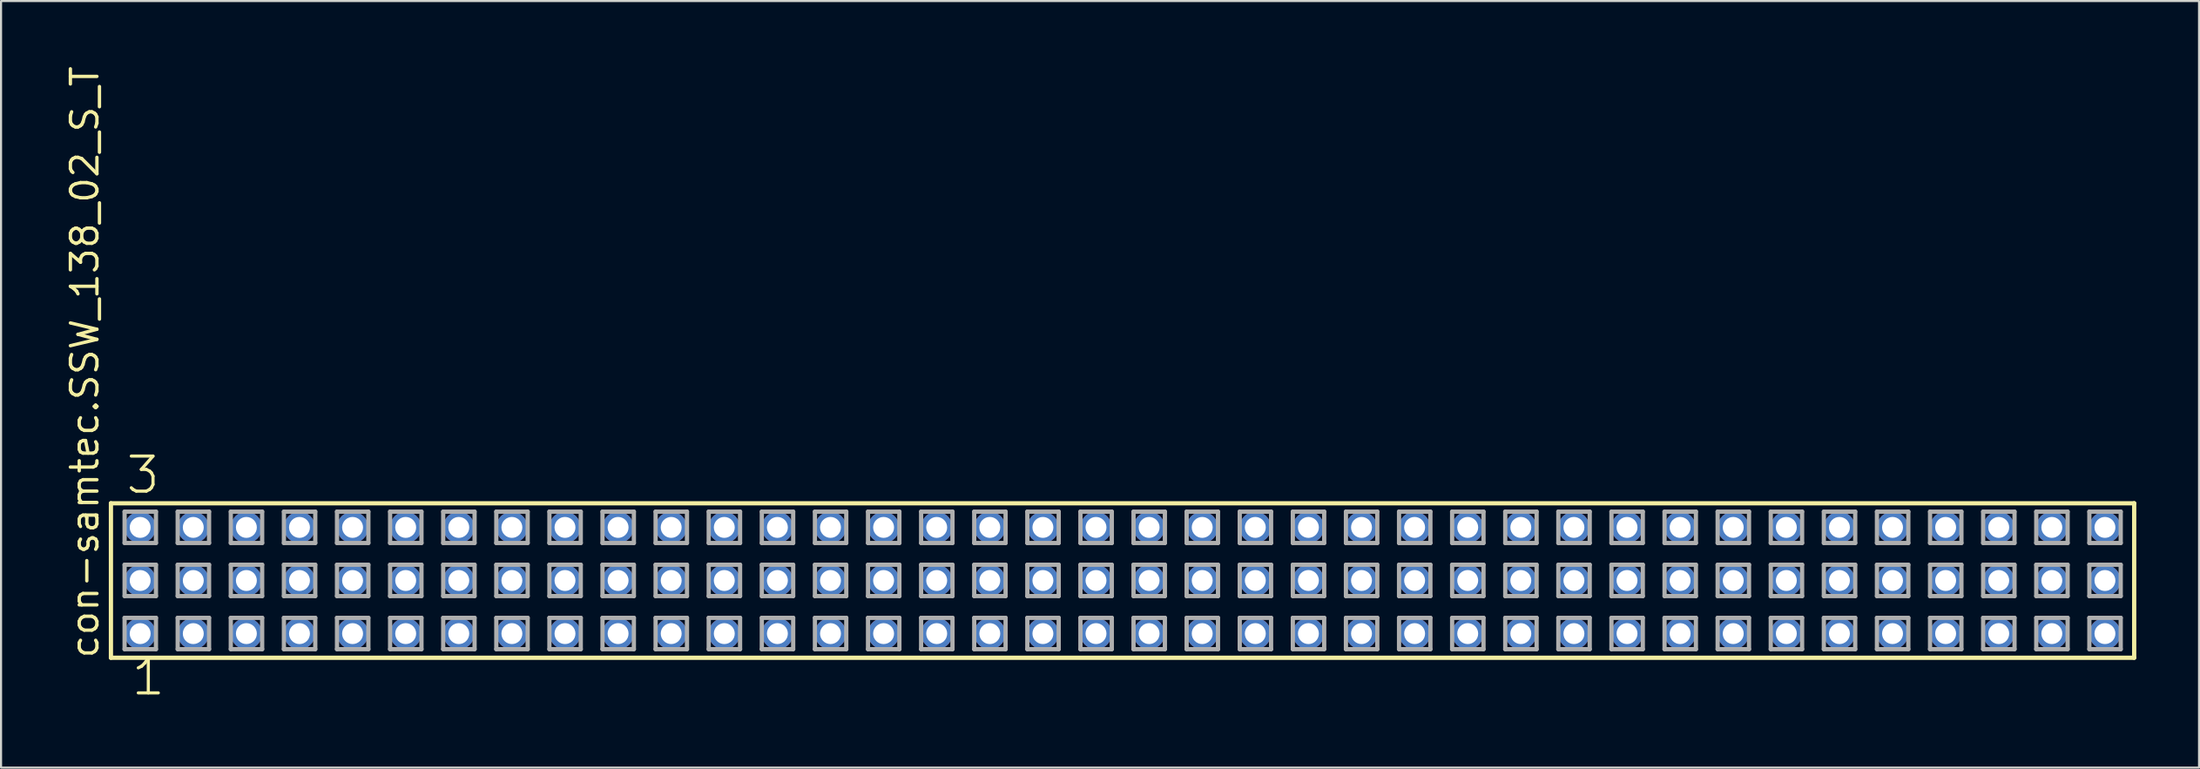
<source format=kicad_pcb>
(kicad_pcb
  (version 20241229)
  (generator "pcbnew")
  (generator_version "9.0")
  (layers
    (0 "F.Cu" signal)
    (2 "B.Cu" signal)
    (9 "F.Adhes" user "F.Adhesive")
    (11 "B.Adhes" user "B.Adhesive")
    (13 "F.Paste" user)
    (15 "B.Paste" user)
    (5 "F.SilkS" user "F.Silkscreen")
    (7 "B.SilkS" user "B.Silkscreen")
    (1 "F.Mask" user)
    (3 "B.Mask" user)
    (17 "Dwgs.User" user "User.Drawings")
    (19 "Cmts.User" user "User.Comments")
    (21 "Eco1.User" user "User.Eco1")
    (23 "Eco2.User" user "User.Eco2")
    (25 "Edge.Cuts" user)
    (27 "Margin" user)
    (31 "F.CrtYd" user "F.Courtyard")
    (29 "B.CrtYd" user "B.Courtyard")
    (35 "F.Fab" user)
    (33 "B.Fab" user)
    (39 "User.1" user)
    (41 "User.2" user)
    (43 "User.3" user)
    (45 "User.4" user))
  (footprint "con-samtec.SSW_138_02_S_T"
    (layer "F.Cu")
    (at 50.645 24.719)
    (property "Reference" "con-samtec.SSW_138_02_S_T" (at -48.895 3.81 90) (layer "F.SilkS") (effects (font (size 1.27 1.27) (thickness 0.16)) (justify left bottom)))
    (attr through_hole)
    (fp_line (start -48.389 -3.695) (end 48.389 -3.695) (stroke (width 0.203) (type default)) (layer "F.SilkS"))
    (fp_line (start -48.389 3.695) (end -48.389 -3.695) (stroke (width 0.203) (type default)) (layer "F.SilkS"))
    (fp_line (start 48.389 -3.695) (end 48.389 3.695) (stroke (width 0.203) (type default)) (layer "F.SilkS"))
    (fp_line (start 48.389 3.695) (end -48.389 3.695) (stroke (width 0.203) (type default)) (layer "F.SilkS"))
    (fp_line (start -47.735 -3.295) (end -46.235 -3.295) (stroke (width 0.203) (type default)) (layer "F.Fab"))
    (fp_line (start -47.735 -1.795) (end -47.735 -3.295) (stroke (width 0.203) (type default)) (layer "F.Fab"))
    (fp_line (start -47.735 -0.755) (end -46.235 -0.755) (stroke (width 0.203) (type default)) (layer "F.Fab"))
    (fp_line (start -47.735 0.745) (end -47.735 -0.755) (stroke (width 0.203) (type default)) (layer "F.Fab"))
    (fp_line (start -47.735 1.785) (end -46.235 1.785) (stroke (width 0.203) (type default)) (layer "F.Fab"))
    (fp_line (start -47.735 3.285) (end -47.735 1.785) (stroke (width 0.203) (type default)) (layer "F.Fab"))
    (fp_line (start -46.235 -3.295) (end -46.235 -1.795) (stroke (width 0.203) (type default)) (layer "F.Fab"))
    (fp_line (start -46.235 -1.795) (end -47.735 -1.795) (stroke (width 0.203) (type default)) (layer "F.Fab"))
    (fp_line (start -46.235 -0.755) (end -46.235 0.745) (stroke (width 0.203) (type default)) (layer "F.Fab"))
    (fp_line (start -46.235 0.745) (end -47.735 0.745) (stroke (width 0.203) (type default)) (layer "F.Fab"))
    (fp_line (start -46.235 1.785) (end -46.235 3.285) (stroke (width 0.203) (type default)) (layer "F.Fab"))
    (fp_line (start -46.235 3.285) (end -47.735 3.285) (stroke (width 0.203) (type default)) (layer "F.Fab"))
    (fp_line (start -45.195 -3.295) (end -43.695 -3.295) (stroke (width 0.203) (type default)) (layer "F.Fab"))
    (fp_line (start -45.195 -1.795) (end -45.195 -3.295) (stroke (width 0.203) (type default)) (layer "F.Fab"))
    (fp_line (start -45.195 -0.755) (end -43.695 -0.755) (stroke (width 0.203) (type default)) (layer "F.Fab"))
    (fp_line (start -45.195 0.745) (end -45.195 -0.755) (stroke (width 0.203) (type default)) (layer "F.Fab"))
    (fp_line (start -45.195 1.785) (end -43.695 1.785) (stroke (width 0.203) (type default)) (layer "F.Fab"))
    (fp_line (start -45.195 3.285) (end -45.195 1.785) (stroke (width 0.203) (type default)) (layer "F.Fab"))
    (fp_line (start -43.695 -3.295) (end -43.695 -1.795) (stroke (width 0.203) (type default)) (layer "F.Fab"))
    (fp_line (start -43.695 -1.795) (end -45.195 -1.795) (stroke (width 0.203) (type default)) (layer "F.Fab"))
    (fp_line (start -43.695 -0.755) (end -43.695 0.745) (stroke (width 0.203) (type default)) (layer "F.Fab"))
    (fp_line (start -43.695 0.745) (end -45.195 0.745) (stroke (width 0.203) (type default)) (layer "F.Fab"))
    (fp_line (start -43.695 1.785) (end -43.695 3.285) (stroke (width 0.203) (type default)) (layer "F.Fab"))
    (fp_line (start -43.695 3.285) (end -45.195 3.285) (stroke (width 0.203) (type default)) (layer "F.Fab"))
    (fp_line (start -42.655 -3.295) (end -41.155 -3.295) (stroke (width 0.203) (type default)) (layer "F.Fab"))
    (fp_line (start -42.655 -1.795) (end -42.655 -3.295) (stroke (width 0.203) (type default)) (layer "F.Fab"))
    (fp_line (start -42.655 -0.755) (end -41.155 -0.755) (stroke (width 0.203) (type default)) (layer "F.Fab"))
    (fp_line (start -42.655 0.745) (end -42.655 -0.755) (stroke (width 0.203) (type default)) (layer "F.Fab"))
    (fp_line (start -42.655 1.785) (end -41.155 1.785) (stroke (width 0.203) (type default)) (layer "F.Fab"))
    (fp_line (start -42.655 3.285) (end -42.655 1.785) (stroke (width 0.203) (type default)) (layer "F.Fab"))
    (fp_line (start -41.155 -3.295) (end -41.155 -1.795) (stroke (width 0.203) (type default)) (layer "F.Fab"))
    (fp_line (start -41.155 -1.795) (end -42.655 -1.795) (stroke (width 0.203) (type default)) (layer "F.Fab"))
    (fp_line (start -41.155 -0.755) (end -41.155 0.745) (stroke (width 0.203) (type default)) (layer "F.Fab"))
    (fp_line (start -41.155 0.745) (end -42.655 0.745) (stroke (width 0.203) (type default)) (layer "F.Fab"))
    (fp_line (start -41.155 1.785) (end -41.155 3.285) (stroke (width 0.203) (type default)) (layer "F.Fab"))
    (fp_line (start -41.155 3.285) (end -42.655 3.285) (stroke (width 0.203) (type default)) (layer "F.Fab"))
    (fp_line (start -40.115 -3.295) (end -38.615 -3.295) (stroke (width 0.203) (type default)) (layer "F.Fab"))
    (fp_line (start -40.115 -1.795) (end -40.115 -3.295) (stroke (width 0.203) (type default)) (layer "F.Fab"))
    (fp_line (start -40.115 -0.755) (end -38.615 -0.755) (stroke (width 0.203) (type default)) (layer "F.Fab"))
    (fp_line (start -40.115 0.745) (end -40.115 -0.755) (stroke (width 0.203) (type default)) (layer "F.Fab"))
    (fp_line (start -40.115 1.785) (end -38.615 1.785) (stroke (width 0.203) (type default)) (layer "F.Fab"))
    (fp_line (start -40.115 3.285) (end -40.115 1.785) (stroke (width 0.203) (type default)) (layer "F.Fab"))
    (fp_line (start -38.615 -3.295) (end -38.615 -1.795) (stroke (width 0.203) (type default)) (layer "F.Fab"))
    (fp_line (start -38.615 -1.795) (end -40.115 -1.795) (stroke (width 0.203) (type default)) (layer "F.Fab"))
    (fp_line (start -38.615 -0.755) (end -38.615 0.745) (stroke (width 0.203) (type default)) (layer "F.Fab"))
    (fp_line (start -38.615 0.745) (end -40.115 0.745) (stroke (width 0.203) (type default)) (layer "F.Fab"))
    (fp_line (start -38.615 1.785) (end -38.615 3.285) (stroke (width 0.203) (type default)) (layer "F.Fab"))
    (fp_line (start -38.615 3.285) (end -40.115 3.285) (stroke (width 0.203) (type default)) (layer "F.Fab"))
    (fp_line (start -37.575 -3.295) (end -36.075 -3.295) (stroke (width 0.203) (type default)) (layer "F.Fab"))
    (fp_line (start -37.575 -1.795) (end -37.575 -3.295) (stroke (width 0.203) (type default)) (layer "F.Fab"))
    (fp_line (start -37.575 -0.755) (end -36.075 -0.755) (stroke (width 0.203) (type default)) (layer "F.Fab"))
    (fp_line (start -37.575 0.745) (end -37.575 -0.755) (stroke (width 0.203) (type default)) (layer "F.Fab"))
    (fp_line (start -37.575 1.785) (end -36.075 1.785) (stroke (width 0.203) (type default)) (layer "F.Fab"))
    (fp_line (start -37.575 3.285) (end -37.575 1.785) (stroke (width 0.203) (type default)) (layer "F.Fab"))
    (fp_line (start -36.075 -3.295) (end -36.075 -1.795) (stroke (width 0.203) (type default)) (layer "F.Fab"))
    (fp_line (start -36.075 -1.795) (end -37.575 -1.795) (stroke (width 0.203) (type default)) (layer "F.Fab"))
    (fp_line (start -36.075 -0.755) (end -36.075 0.745) (stroke (width 0.203) (type default)) (layer "F.Fab"))
    (fp_line (start -36.075 0.745) (end -37.575 0.745) (stroke (width 0.203) (type default)) (layer "F.Fab"))
    (fp_line (start -36.075 1.785) (end -36.075 3.285) (stroke (width 0.203) (type default)) (layer "F.Fab"))
    (fp_line (start -36.075 3.285) (end -37.575 3.285) (stroke (width 0.203) (type default)) (layer "F.Fab"))
    (fp_line (start -35.035 -3.295) (end -33.535 -3.295) (stroke (width 0.203) (type default)) (layer "F.Fab"))
    (fp_line (start -35.035 -1.795) (end -35.035 -3.295) (stroke (width 0.203) (type default)) (layer "F.Fab"))
    (fp_line (start -35.035 -0.755) (end -33.535 -0.755) (stroke (width 0.203) (type default)) (layer "F.Fab"))
    (fp_line (start -35.035 0.745) (end -35.035 -0.755) (stroke (width 0.203) (type default)) (layer "F.Fab"))
    (fp_line (start -35.035 1.785) (end -33.535 1.785) (stroke (width 0.203) (type default)) (layer "F.Fab"))
    (fp_line (start -35.035 3.285) (end -35.035 1.785) (stroke (width 0.203) (type default)) (layer "F.Fab"))
    (fp_line (start -33.535 -3.295) (end -33.535 -1.795) (stroke (width 0.203) (type default)) (layer "F.Fab"))
    (fp_line (start -33.535 -1.795) (end -35.035 -1.795) (stroke (width 0.203) (type default)) (layer "F.Fab"))
    (fp_line (start -33.535 -0.755) (end -33.535 0.745) (stroke (width 0.203) (type default)) (layer "F.Fab"))
    (fp_line (start -33.535 0.745) (end -35.035 0.745) (stroke (width 0.203) (type default)) (layer "F.Fab"))
    (fp_line (start -33.535 1.785) (end -33.535 3.285) (stroke (width 0.203) (type default)) (layer "F.Fab"))
    (fp_line (start -33.535 3.285) (end -35.035 3.285) (stroke (width 0.203) (type default)) (layer "F.Fab"))
    (fp_line (start -32.495 -3.295) (end -30.995 -3.295) (stroke (width 0.203) (type default)) (layer "F.Fab"))
    (fp_line (start -32.495 -1.795) (end -32.495 -3.295) (stroke (width 0.203) (type default)) (layer "F.Fab"))
    (fp_line (start -32.495 -0.755) (end -30.995 -0.755) (stroke (width 0.203) (type default)) (layer "F.Fab"))
    (fp_line (start -32.495 0.745) (end -32.495 -0.755) (stroke (width 0.203) (type default)) (layer "F.Fab"))
    (fp_line (start -32.495 1.785) (end -30.995 1.785) (stroke (width 0.203) (type default)) (layer "F.Fab"))
    (fp_line (start -32.495 3.285) (end -32.495 1.785) (stroke (width 0.203) (type default)) (layer "F.Fab"))
    (fp_line (start -30.995 -3.295) (end -30.995 -1.795) (stroke (width 0.203) (type default)) (layer "F.Fab"))
    (fp_line (start -30.995 -1.795) (end -32.495 -1.795) (stroke (width 0.203) (type default)) (layer "F.Fab"))
    (fp_line (start -30.995 -0.755) (end -30.995 0.745) (stroke (width 0.203) (type default)) (layer "F.Fab"))
    (fp_line (start -30.995 0.745) (end -32.495 0.745) (stroke (width 0.203) (type default)) (layer "F.Fab"))
    (fp_line (start -30.995 1.785) (end -30.995 3.285) (stroke (width 0.203) (type default)) (layer "F.Fab"))
    (fp_line (start -30.995 3.285) (end -32.495 3.285) (stroke (width 0.203) (type default)) (layer "F.Fab"))
    (fp_line (start -29.955 -3.295) (end -28.455 -3.295) (stroke (width 0.203) (type default)) (layer "F.Fab"))
    (fp_line (start -29.955 -1.795) (end -29.955 -3.295) (stroke (width 0.203) (type default)) (layer "F.Fab"))
    (fp_line (start -29.955 -0.755) (end -28.455 -0.755) (stroke (width 0.203) (type default)) (layer "F.Fab"))
    (fp_line (start -29.955 0.745) (end -29.955 -0.755) (stroke (width 0.203) (type default)) (layer "F.Fab"))
    (fp_line (start -29.955 1.785) (end -28.455 1.785) (stroke (width 0.203) (type default)) (layer "F.Fab"))
    (fp_line (start -29.955 3.285) (end -29.955 1.785) (stroke (width 0.203) (type default)) (layer "F.Fab"))
    (fp_line (start -28.455 -3.295) (end -28.455 -1.795) (stroke (width 0.203) (type default)) (layer "F.Fab"))
    (fp_line (start -28.455 -1.795) (end -29.955 -1.795) (stroke (width 0.203) (type default)) (layer "F.Fab"))
    (fp_line (start -28.455 -0.755) (end -28.455 0.745) (stroke (width 0.203) (type default)) (layer "F.Fab"))
    (fp_line (start -28.455 0.745) (end -29.955 0.745) (stroke (width 0.203) (type default)) (layer "F.Fab"))
    (fp_line (start -28.455 1.785) (end -28.455 3.285) (stroke (width 0.203) (type default)) (layer "F.Fab"))
    (fp_line (start -28.455 3.285) (end -29.955 3.285) (stroke (width 0.203) (type default)) (layer "F.Fab"))
    (fp_line (start -27.415 -3.295) (end -25.915 -3.295) (stroke (width 0.203) (type default)) (layer "F.Fab"))
    (fp_line (start -27.415 -1.795) (end -27.415 -3.295) (stroke (width 0.203) (type default)) (layer "F.Fab"))
    (fp_line (start -27.415 -0.755) (end -25.915 -0.755) (stroke (width 0.203) (type default)) (layer "F.Fab"))
    (fp_line (start -27.415 0.745) (end -27.415 -0.755) (stroke (width 0.203) (type default)) (layer "F.Fab"))
    (fp_line (start -27.415 1.785) (end -25.915 1.785) (stroke (width 0.203) (type default)) (layer "F.Fab"))
    (fp_line (start -27.415 3.285) (end -27.415 1.785) (stroke (width 0.203) (type default)) (layer "F.Fab"))
    (fp_line (start -25.915 -3.295) (end -25.915 -1.795) (stroke (width 0.203) (type default)) (layer "F.Fab"))
    (fp_line (start -25.915 -1.795) (end -27.415 -1.795) (stroke (width 0.203) (type default)) (layer "F.Fab"))
    (fp_line (start -25.915 -0.755) (end -25.915 0.745) (stroke (width 0.203) (type default)) (layer "F.Fab"))
    (fp_line (start -25.915 0.745) (end -27.415 0.745) (stroke (width 0.203) (type default)) (layer "F.Fab"))
    (fp_line (start -25.915 1.785) (end -25.915 3.285) (stroke (width 0.203) (type default)) (layer "F.Fab"))
    (fp_line (start -25.915 3.285) (end -27.415 3.285) (stroke (width 0.203) (type default)) (layer "F.Fab"))
    (fp_line (start -24.875 -3.295) (end -23.375 -3.295) (stroke (width 0.203) (type default)) (layer "F.Fab"))
    (fp_line (start -24.875 -1.795) (end -24.875 -3.295) (stroke (width 0.203) (type default)) (layer "F.Fab"))
    (fp_line (start -24.875 -0.755) (end -23.375 -0.755) (stroke (width 0.203) (type default)) (layer "F.Fab"))
    (fp_line (start -24.875 0.745) (end -24.875 -0.755) (stroke (width 0.203) (type default)) (layer "F.Fab"))
    (fp_line (start -24.875 1.785) (end -23.375 1.785) (stroke (width 0.203) (type default)) (layer "F.Fab"))
    (fp_line (start -24.875 3.285) (end -24.875 1.785) (stroke (width 0.203) (type default)) (layer "F.Fab"))
    (fp_line (start -23.375 -3.295) (end -23.375 -1.795) (stroke (width 0.203) (type default)) (layer "F.Fab"))
    (fp_line (start -23.375 -1.795) (end -24.875 -1.795) (stroke (width 0.203) (type default)) (layer "F.Fab"))
    (fp_line (start -23.375 -0.755) (end -23.375 0.745) (stroke (width 0.203) (type default)) (layer "F.Fab"))
    (fp_line (start -23.375 0.745) (end -24.875 0.745) (stroke (width 0.203) (type default)) (layer "F.Fab"))
    (fp_line (start -23.375 1.785) (end -23.375 3.285) (stroke (width 0.203) (type default)) (layer "F.Fab"))
    (fp_line (start -23.375 3.285) (end -24.875 3.285) (stroke (width 0.203) (type default)) (layer "F.Fab"))
    (fp_line (start -22.335 -3.295) (end -20.835 -3.295) (stroke (width 0.203) (type default)) (layer "F.Fab"))
    (fp_line (start -22.335 -1.795) (end -22.335 -3.295) (stroke (width 0.203) (type default)) (layer "F.Fab"))
    (fp_line (start -22.335 -0.755) (end -20.835 -0.755) (stroke (width 0.203) (type default)) (layer "F.Fab"))
    (fp_line (start -22.335 0.745) (end -22.335 -0.755) (stroke (width 0.203) (type default)) (layer "F.Fab"))
    (fp_line (start -22.335 1.785) (end -20.835 1.785) (stroke (width 0.203) (type default)) (layer "F.Fab"))
    (fp_line (start -22.335 3.285) (end -22.335 1.785) (stroke (width 0.203) (type default)) (layer "F.Fab"))
    (fp_line (start -20.835 -3.295) (end -20.835 -1.795) (stroke (width 0.203) (type default)) (layer "F.Fab"))
    (fp_line (start -20.835 -1.795) (end -22.335 -1.795) (stroke (width 0.203) (type default)) (layer "F.Fab"))
    (fp_line (start -20.835 -0.755) (end -20.835 0.745) (stroke (width 0.203) (type default)) (layer "F.Fab"))
    (fp_line (start -20.835 0.745) (end -22.335 0.745) (stroke (width 0.203) (type default)) (layer "F.Fab"))
    (fp_line (start -20.835 1.785) (end -20.835 3.285) (stroke (width 0.203) (type default)) (layer "F.Fab"))
    (fp_line (start -20.835 3.285) (end -22.335 3.285) (stroke (width 0.203) (type default)) (layer "F.Fab"))
    (fp_line (start -19.795 -3.295) (end -18.295 -3.295) (stroke (width 0.203) (type default)) (layer "F.Fab"))
    (fp_line (start -19.795 -1.795) (end -19.795 -3.295) (stroke (width 0.203) (type default)) (layer "F.Fab"))
    (fp_line (start -19.795 -0.755) (end -18.295 -0.755) (stroke (width 0.203) (type default)) (layer "F.Fab"))
    (fp_line (start -19.795 0.745) (end -19.795 -0.755) (stroke (width 0.203) (type default)) (layer "F.Fab"))
    (fp_line (start -19.795 1.785) (end -18.295 1.785) (stroke (width 0.203) (type default)) (layer "F.Fab"))
    (fp_line (start -19.795 3.285) (end -19.795 1.785) (stroke (width 0.203) (type default)) (layer "F.Fab"))
    (fp_line (start -18.295 -3.295) (end -18.295 -1.795) (stroke (width 0.203) (type default)) (layer "F.Fab"))
    (fp_line (start -18.295 -1.795) (end -19.795 -1.795) (stroke (width 0.203) (type default)) (layer "F.Fab"))
    (fp_line (start -18.295 -0.755) (end -18.295 0.745) (stroke (width 0.203) (type default)) (layer "F.Fab"))
    (fp_line (start -18.295 0.745) (end -19.795 0.745) (stroke (width 0.203) (type default)) (layer "F.Fab"))
    (fp_line (start -18.295 1.785) (end -18.295 3.285) (stroke (width 0.203) (type default)) (layer "F.Fab"))
    (fp_line (start -18.295 3.285) (end -19.795 3.285) (stroke (width 0.203) (type default)) (layer "F.Fab"))
    (fp_line (start -17.255 -3.295) (end -15.755 -3.295) (stroke (width 0.203) (type default)) (layer "F.Fab"))
    (fp_line (start -17.255 -1.795) (end -17.255 -3.295) (stroke (width 0.203) (type default)) (layer "F.Fab"))
    (fp_line (start -17.255 -0.755) (end -15.755 -0.755) (stroke (width 0.203) (type default)) (layer "F.Fab"))
    (fp_line (start -17.255 0.745) (end -17.255 -0.755) (stroke (width 0.203) (type default)) (layer "F.Fab"))
    (fp_line (start -17.255 1.785) (end -15.755 1.785) (stroke (width 0.203) (type default)) (layer "F.Fab"))
    (fp_line (start -17.255 3.285) (end -17.255 1.785) (stroke (width 0.203) (type default)) (layer "F.Fab"))
    (fp_line (start -15.755 -3.295) (end -15.755 -1.795) (stroke (width 0.203) (type default)) (layer "F.Fab"))
    (fp_line (start -15.755 -1.795) (end -17.255 -1.795) (stroke (width 0.203) (type default)) (layer "F.Fab"))
    (fp_line (start -15.755 -0.755) (end -15.755 0.745) (stroke (width 0.203) (type default)) (layer "F.Fab"))
    (fp_line (start -15.755 0.745) (end -17.255 0.745) (stroke (width 0.203) (type default)) (layer "F.Fab"))
    (fp_line (start -15.755 1.785) (end -15.755 3.285) (stroke (width 0.203) (type default)) (layer "F.Fab"))
    (fp_line (start -15.755 3.285) (end -17.255 3.285) (stroke (width 0.203) (type default)) (layer "F.Fab"))
    (fp_line (start -14.715 -3.295) (end -13.215 -3.295) (stroke (width 0.203) (type default)) (layer "F.Fab"))
    (fp_line (start -14.715 -1.795) (end -14.715 -3.295) (stroke (width 0.203) (type default)) (layer "F.Fab"))
    (fp_line (start -14.715 -0.755) (end -13.215 -0.755) (stroke (width 0.203) (type default)) (layer "F.Fab"))
    (fp_line (start -14.715 0.745) (end -14.715 -0.755) (stroke (width 0.203) (type default)) (layer "F.Fab"))
    (fp_line (start -14.715 1.785) (end -13.215 1.785) (stroke (width 0.203) (type default)) (layer "F.Fab"))
    (fp_line (start -14.715 3.285) (end -14.715 1.785) (stroke (width 0.203) (type default)) (layer "F.Fab"))
    (fp_line (start -13.215 -3.295) (end -13.215 -1.795) (stroke (width 0.203) (type default)) (layer "F.Fab"))
    (fp_line (start -13.215 -1.795) (end -14.715 -1.795) (stroke (width 0.203) (type default)) (layer "F.Fab"))
    (fp_line (start -13.215 -0.755) (end -13.215 0.745) (stroke (width 0.203) (type default)) (layer "F.Fab"))
    (fp_line (start -13.215 0.745) (end -14.715 0.745) (stroke (width 0.203) (type default)) (layer "F.Fab"))
    (fp_line (start -13.215 1.785) (end -13.215 3.285) (stroke (width 0.203) (type default)) (layer "F.Fab"))
    (fp_line (start -13.215 3.285) (end -14.715 3.285) (stroke (width 0.203) (type default)) (layer "F.Fab"))
    (fp_line (start -12.175 -3.295) (end -10.675 -3.295) (stroke (width 0.203) (type default)) (layer "F.Fab"))
    (fp_line (start -12.175 -1.795) (end -12.175 -3.295) (stroke (width 0.203) (type default)) (layer "F.Fab"))
    (fp_line (start -12.175 -0.755) (end -10.675 -0.755) (stroke (width 0.203) (type default)) (layer "F.Fab"))
    (fp_line (start -12.175 0.745) (end -12.175 -0.755) (stroke (width 0.203) (type default)) (layer "F.Fab"))
    (fp_line (start -12.175 1.785) (end -10.675 1.785) (stroke (width 0.203) (type default)) (layer "F.Fab"))
    (fp_line (start -12.175 3.285) (end -12.175 1.785) (stroke (width 0.203) (type default)) (layer "F.Fab"))
    (fp_line (start -10.675 -3.295) (end -10.675 -1.795) (stroke (width 0.203) (type default)) (layer "F.Fab"))
    (fp_line (start -10.675 -1.795) (end -12.175 -1.795) (stroke (width 0.203) (type default)) (layer "F.Fab"))
    (fp_line (start -10.675 -0.755) (end -10.675 0.745) (stroke (width 0.203) (type default)) (layer "F.Fab"))
    (fp_line (start -10.675 0.745) (end -12.175 0.745) (stroke (width 0.203) (type default)) (layer "F.Fab"))
    (fp_line (start -10.675 1.785) (end -10.675 3.285) (stroke (width 0.203) (type default)) (layer "F.Fab"))
    (fp_line (start -10.675 3.285) (end -12.175 3.285) (stroke (width 0.203) (type default)) (layer "F.Fab"))
    (fp_line (start -9.635 -3.295) (end -8.135 -3.295) (stroke (width 0.203) (type default)) (layer "F.Fab"))
    (fp_line (start -9.635 -1.795) (end -9.635 -3.295) (stroke (width 0.203) (type default)) (layer "F.Fab"))
    (fp_line (start -9.635 -0.755) (end -8.135 -0.755) (stroke (width 0.203) (type default)) (layer "F.Fab"))
    (fp_line (start -9.635 0.745) (end -9.635 -0.755) (stroke (width 0.203) (type default)) (layer "F.Fab"))
    (fp_line (start -9.635 1.785) (end -8.135 1.785) (stroke (width 0.203) (type default)) (layer "F.Fab"))
    (fp_line (start -9.635 3.285) (end -9.635 1.785) (stroke (width 0.203) (type default)) (layer "F.Fab"))
    (fp_line (start -8.135 -3.295) (end -8.135 -1.795) (stroke (width 0.203) (type default)) (layer "F.Fab"))
    (fp_line (start -8.135 -1.795) (end -9.635 -1.795) (stroke (width 0.203) (type default)) (layer "F.Fab"))
    (fp_line (start -8.135 -0.755) (end -8.135 0.745) (stroke (width 0.203) (type default)) (layer "F.Fab"))
    (fp_line (start -8.135 0.745) (end -9.635 0.745) (stroke (width 0.203) (type default)) (layer "F.Fab"))
    (fp_line (start -8.135 1.785) (end -8.135 3.285) (stroke (width 0.203) (type default)) (layer "F.Fab"))
    (fp_line (start -8.135 3.285) (end -9.635 3.285) (stroke (width 0.203) (type default)) (layer "F.Fab"))
    (fp_line (start -7.095 -3.295) (end -5.595 -3.295) (stroke (width 0.203) (type default)) (layer "F.Fab"))
    (fp_line (start -7.095 -1.795) (end -7.095 -3.295) (stroke (width 0.203) (type default)) (layer "F.Fab"))
    (fp_line (start -7.095 -0.755) (end -5.595 -0.755) (stroke (width 0.203) (type default)) (layer "F.Fab"))
    (fp_line (start -7.095 0.745) (end -7.095 -0.755) (stroke (width 0.203) (type default)) (layer "F.Fab"))
    (fp_line (start -7.095 1.785) (end -5.595 1.785) (stroke (width 0.203) (type default)) (layer "F.Fab"))
    (fp_line (start -7.095 3.285) (end -7.095 1.785) (stroke (width 0.203) (type default)) (layer "F.Fab"))
    (fp_line (start -5.595 -3.295) (end -5.595 -1.795) (stroke (width 0.203) (type default)) (layer "F.Fab"))
    (fp_line (start -5.595 -1.795) (end -7.095 -1.795) (stroke (width 0.203) (type default)) (layer "F.Fab"))
    (fp_line (start -5.595 -0.755) (end -5.595 0.745) (stroke (width 0.203) (type default)) (layer "F.Fab"))
    (fp_line (start -5.595 0.745) (end -7.095 0.745) (stroke (width 0.203) (type default)) (layer "F.Fab"))
    (fp_line (start -5.595 1.785) (end -5.595 3.285) (stroke (width 0.203) (type default)) (layer "F.Fab"))
    (fp_line (start -5.595 3.285) (end -7.095 3.285) (stroke (width 0.203) (type default)) (layer "F.Fab"))
    (fp_line (start -4.555 -3.295) (end -3.055 -3.295) (stroke (width 0.203) (type default)) (layer "F.Fab"))
    (fp_line (start -4.555 -1.795) (end -4.555 -3.295) (stroke (width 0.203) (type default)) (layer "F.Fab"))
    (fp_line (start -4.555 -0.755) (end -3.055 -0.755) (stroke (width 0.203) (type default)) (layer "F.Fab"))
    (fp_line (start -4.555 0.745) (end -4.555 -0.755) (stroke (width 0.203) (type default)) (layer "F.Fab"))
    (fp_line (start -4.555 1.785) (end -3.055 1.785) (stroke (width 0.203) (type default)) (layer "F.Fab"))
    (fp_line (start -4.555 3.285) (end -4.555 1.785) (stroke (width 0.203) (type default)) (layer "F.Fab"))
    (fp_line (start -3.055 -3.295) (end -3.055 -1.795) (stroke (width 0.203) (type default)) (layer "F.Fab"))
    (fp_line (start -3.055 -1.795) (end -4.555 -1.795) (stroke (width 0.203) (type default)) (layer "F.Fab"))
    (fp_line (start -3.055 -0.755) (end -3.055 0.745) (stroke (width 0.203) (type default)) (layer "F.Fab"))
    (fp_line (start -3.055 0.745) (end -4.555 0.745) (stroke (width 0.203) (type default)) (layer "F.Fab"))
    (fp_line (start -3.055 1.785) (end -3.055 3.285) (stroke (width 0.203) (type default)) (layer "F.Fab"))
    (fp_line (start -3.055 3.285) (end -4.555 3.285) (stroke (width 0.203) (type default)) (layer "F.Fab"))
    (fp_line (start -2.015 -3.295) (end -0.515 -3.295) (stroke (width 0.203) (type default)) (layer "F.Fab"))
    (fp_line (start -2.015 -1.795) (end -2.015 -3.295) (stroke (width 0.203) (type default)) (layer "F.Fab"))
    (fp_line (start -2.015 -0.755) (end -0.515 -0.755) (stroke (width 0.203) (type default)) (layer "F.Fab"))
    (fp_line (start -2.015 0.745) (end -2.015 -0.755) (stroke (width 0.203) (type default)) (layer "F.Fab"))
    (fp_line (start -2.015 1.785) (end -0.515 1.785) (stroke (width 0.203) (type default)) (layer "F.Fab"))
    (fp_line (start -2.015 3.285) (end -2.015 1.785) (stroke (width 0.203) (type default)) (layer "F.Fab"))
    (fp_line (start -0.515 -3.295) (end -0.515 -1.795) (stroke (width 0.203) (type default)) (layer "F.Fab"))
    (fp_line (start -0.515 -1.795) (end -2.015 -1.795) (stroke (width 0.203) (type default)) (layer "F.Fab"))
    (fp_line (start -0.515 -0.755) (end -0.515 0.745) (stroke (width 0.203) (type default)) (layer "F.Fab"))
    (fp_line (start -0.515 0.745) (end -2.015 0.745) (stroke (width 0.203) (type default)) (layer "F.Fab"))
    (fp_line (start -0.515 1.785) (end -0.515 3.285) (stroke (width 0.203) (type default)) (layer "F.Fab"))
    (fp_line (start -0.515 3.285) (end -2.015 3.285) (stroke (width 0.203) (type default)) (layer "F.Fab"))
    (fp_line (start 0.525 -3.295) (end 2.025 -3.295) (stroke (width 0.203) (type default)) (layer "F.Fab"))
    (fp_line (start 0.525 -1.795) (end 0.525 -3.295) (stroke (width 0.203) (type default)) (layer "F.Fab"))
    (fp_line (start 0.525 -0.755) (end 2.025 -0.755) (stroke (width 0.203) (type default)) (layer "F.Fab"))
    (fp_line (start 0.525 0.745) (end 0.525 -0.755) (stroke (width 0.203) (type default)) (layer "F.Fab"))
    (fp_line (start 0.525 1.785) (end 2.025 1.785) (stroke (width 0.203) (type default)) (layer "F.Fab"))
    (fp_line (start 0.525 3.285) (end 0.525 1.785) (stroke (width 0.203) (type default)) (layer "F.Fab"))
    (fp_line (start 2.025 -3.295) (end 2.025 -1.795) (stroke (width 0.203) (type default)) (layer "F.Fab"))
    (fp_line (start 2.025 -1.795) (end 0.525 -1.795) (stroke (width 0.203) (type default)) (layer "F.Fab"))
    (fp_line (start 2.025 -0.755) (end 2.025 0.745) (stroke (width 0.203) (type default)) (layer "F.Fab"))
    (fp_line (start 2.025 0.745) (end 0.525 0.745) (stroke (width 0.203) (type default)) (layer "F.Fab"))
    (fp_line (start 2.025 1.785) (end 2.025 3.285) (stroke (width 0.203) (type default)) (layer "F.Fab"))
    (fp_line (start 2.025 3.285) (end 0.525 3.285) (stroke (width 0.203) (type default)) (layer "F.Fab"))
    (fp_line (start 3.065 -3.295) (end 4.565 -3.295) (stroke (width 0.203) (type default)) (layer "F.Fab"))
    (fp_line (start 3.065 -1.795) (end 3.065 -3.295) (stroke (width 0.203) (type default)) (layer "F.Fab"))
    (fp_line (start 3.065 -0.755) (end 4.565 -0.755) (stroke (width 0.203) (type default)) (layer "F.Fab"))
    (fp_line (start 3.065 0.745) (end 3.065 -0.755) (stroke (width 0.203) (type default)) (layer "F.Fab"))
    (fp_line (start 3.065 1.785) (end 4.565 1.785) (stroke (width 0.203) (type default)) (layer "F.Fab"))
    (fp_line (start 3.065 3.285) (end 3.065 1.785) (stroke (width 0.203) (type default)) (layer "F.Fab"))
    (fp_line (start 4.565 -3.295) (end 4.565 -1.795) (stroke (width 0.203) (type default)) (layer "F.Fab"))
    (fp_line (start 4.565 -1.795) (end 3.065 -1.795) (stroke (width 0.203) (type default)) (layer "F.Fab"))
    (fp_line (start 4.565 -0.755) (end 4.565 0.745) (stroke (width 0.203) (type default)) (layer "F.Fab"))
    (fp_line (start 4.565 0.745) (end 3.065 0.745) (stroke (width 0.203) (type default)) (layer "F.Fab"))
    (fp_line (start 4.565 1.785) (end 4.565 3.285) (stroke (width 0.203) (type default)) (layer "F.Fab"))
    (fp_line (start 4.565 3.285) (end 3.065 3.285) (stroke (width 0.203) (type default)) (layer "F.Fab"))
    (fp_line (start 5.605 -3.295) (end 7.105 -3.295) (stroke (width 0.203) (type default)) (layer "F.Fab"))
    (fp_line (start 5.605 -1.795) (end 5.605 -3.295) (stroke (width 0.203) (type default)) (layer "F.Fab"))
    (fp_line (start 5.605 -0.755) (end 7.105 -0.755) (stroke (width 0.203) (type default)) (layer "F.Fab"))
    (fp_line (start 5.605 0.745) (end 5.605 -0.755) (stroke (width 0.203) (type default)) (layer "F.Fab"))
    (fp_line (start 5.605 1.785) (end 7.105 1.785) (stroke (width 0.203) (type default)) (layer "F.Fab"))
    (fp_line (start 5.605 3.285) (end 5.605 1.785) (stroke (width 0.203) (type default)) (layer "F.Fab"))
    (fp_line (start 7.105 -3.295) (end 7.105 -1.795) (stroke (width 0.203) (type default)) (layer "F.Fab"))
    (fp_line (start 7.105 -1.795) (end 5.605 -1.795) (stroke (width 0.203) (type default)) (layer "F.Fab"))
    (fp_line (start 7.105 -0.755) (end 7.105 0.745) (stroke (width 0.203) (type default)) (layer "F.Fab"))
    (fp_line (start 7.105 0.745) (end 5.605 0.745) (stroke (width 0.203) (type default)) (layer "F.Fab"))
    (fp_line (start 7.105 1.785) (end 7.105 3.285) (stroke (width 0.203) (type default)) (layer "F.Fab"))
    (fp_line (start 7.105 3.285) (end 5.605 3.285) (stroke (width 0.203) (type default)) (layer "F.Fab"))
    (fp_line (start 8.145 -3.295) (end 9.645 -3.295) (stroke (width 0.203) (type default)) (layer "F.Fab"))
    (fp_line (start 8.145 -1.795) (end 8.145 -3.295) (stroke (width 0.203) (type default)) (layer "F.Fab"))
    (fp_line (start 8.145 -0.755) (end 9.645 -0.755) (stroke (width 0.203) (type default)) (layer "F.Fab"))
    (fp_line (start 8.145 0.745) (end 8.145 -0.755) (stroke (width 0.203) (type default)) (layer "F.Fab"))
    (fp_line (start 8.145 1.785) (end 9.645 1.785) (stroke (width 0.203) (type default)) (layer "F.Fab"))
    (fp_line (start 8.145 3.285) (end 8.145 1.785) (stroke (width 0.203) (type default)) (layer "F.Fab"))
    (fp_line (start 9.645 -3.295) (end 9.645 -1.795) (stroke (width 0.203) (type default)) (layer "F.Fab"))
    (fp_line (start 9.645 -1.795) (end 8.145 -1.795) (stroke (width 0.203) (type default)) (layer "F.Fab"))
    (fp_line (start 9.645 -0.755) (end 9.645 0.745) (stroke (width 0.203) (type default)) (layer "F.Fab"))
    (fp_line (start 9.645 0.745) (end 8.145 0.745) (stroke (width 0.203) (type default)) (layer "F.Fab"))
    (fp_line (start 9.645 1.785) (end 9.645 3.285) (stroke (width 0.203) (type default)) (layer "F.Fab"))
    (fp_line (start 9.645 3.285) (end 8.145 3.285) (stroke (width 0.203) (type default)) (layer "F.Fab"))
    (fp_line (start 10.685 -3.295) (end 12.185 -3.295) (stroke (width 0.203) (type default)) (layer "F.Fab"))
    (fp_line (start 10.685 -1.795) (end 10.685 -3.295) (stroke (width 0.203) (type default)) (layer "F.Fab"))
    (fp_line (start 10.685 -0.755) (end 12.185 -0.755) (stroke (width 0.203) (type default)) (layer "F.Fab"))
    (fp_line (start 10.685 0.745) (end 10.685 -0.755) (stroke (width 0.203) (type default)) (layer "F.Fab"))
    (fp_line (start 10.685 1.785) (end 12.185 1.785) (stroke (width 0.203) (type default)) (layer "F.Fab"))
    (fp_line (start 10.685 3.285) (end 10.685 1.785) (stroke (width 0.203) (type default)) (layer "F.Fab"))
    (fp_line (start 12.185 -3.295) (end 12.185 -1.795) (stroke (width 0.203) (type default)) (layer "F.Fab"))
    (fp_line (start 12.185 -1.795) (end 10.685 -1.795) (stroke (width 0.203) (type default)) (layer "F.Fab"))
    (fp_line (start 12.185 -0.755) (end 12.185 0.745) (stroke (width 0.203) (type default)) (layer "F.Fab"))
    (fp_line (start 12.185 0.745) (end 10.685 0.745) (stroke (width 0.203) (type default)) (layer "F.Fab"))
    (fp_line (start 12.185 1.785) (end 12.185 3.285) (stroke (width 0.203) (type default)) (layer "F.Fab"))
    (fp_line (start 12.185 3.285) (end 10.685 3.285) (stroke (width 0.203) (type default)) (layer "F.Fab"))
    (fp_line (start 13.225 -3.295) (end 14.725 -3.295) (stroke (width 0.203) (type default)) (layer "F.Fab"))
    (fp_line (start 13.225 -1.795) (end 13.225 -3.295) (stroke (width 0.203) (type default)) (layer "F.Fab"))
    (fp_line (start 13.225 -0.755) (end 14.725 -0.755) (stroke (width 0.203) (type default)) (layer "F.Fab"))
    (fp_line (start 13.225 0.745) (end 13.225 -0.755) (stroke (width 0.203) (type default)) (layer "F.Fab"))
    (fp_line (start 13.225 1.785) (end 14.725 1.785) (stroke (width 0.203) (type default)) (layer "F.Fab"))
    (fp_line (start 13.225 3.285) (end 13.225 1.785) (stroke (width 0.203) (type default)) (layer "F.Fab"))
    (fp_line (start 14.725 -3.295) (end 14.725 -1.795) (stroke (width 0.203) (type default)) (layer "F.Fab"))
    (fp_line (start 14.725 -1.795) (end 13.225 -1.795) (stroke (width 0.203) (type default)) (layer "F.Fab"))
    (fp_line (start 14.725 -0.755) (end 14.725 0.745) (stroke (width 0.203) (type default)) (layer "F.Fab"))
    (fp_line (start 14.725 0.745) (end 13.225 0.745) (stroke (width 0.203) (type default)) (layer "F.Fab"))
    (fp_line (start 14.725 1.785) (end 14.725 3.285) (stroke (width 0.203) (type default)) (layer "F.Fab"))
    (fp_line (start 14.725 3.285) (end 13.225 3.285) (stroke (width 0.203) (type default)) (layer "F.Fab"))
    (fp_line (start 15.765 -3.295) (end 17.265 -3.295) (stroke (width 0.203) (type default)) (layer "F.Fab"))
    (fp_line (start 15.765 -1.795) (end 15.765 -3.295) (stroke (width 0.203) (type default)) (layer "F.Fab"))
    (fp_line (start 15.765 -0.755) (end 17.265 -0.755) (stroke (width 0.203) (type default)) (layer "F.Fab"))
    (fp_line (start 15.765 0.745) (end 15.765 -0.755) (stroke (width 0.203) (type default)) (layer "F.Fab"))
    (fp_line (start 15.765 1.785) (end 17.265 1.785) (stroke (width 0.203) (type default)) (layer "F.Fab"))
    (fp_line (start 15.765 3.285) (end 15.765 1.785) (stroke (width 0.203) (type default)) (layer "F.Fab"))
    (fp_line (start 17.265 -3.295) (end 17.265 -1.795) (stroke (width 0.203) (type default)) (layer "F.Fab"))
    (fp_line (start 17.265 -1.795) (end 15.765 -1.795) (stroke (width 0.203) (type default)) (layer "F.Fab"))
    (fp_line (start 17.265 -0.755) (end 17.265 0.745) (stroke (width 0.203) (type default)) (layer "F.Fab"))
    (fp_line (start 17.265 0.745) (end 15.765 0.745) (stroke (width 0.203) (type default)) (layer "F.Fab"))
    (fp_line (start 17.265 1.785) (end 17.265 3.285) (stroke (width 0.203) (type default)) (layer "F.Fab"))
    (fp_line (start 17.265 3.285) (end 15.765 3.285) (stroke (width 0.203) (type default)) (layer "F.Fab"))
    (fp_line (start 18.305 -3.295) (end 19.805 -3.295) (stroke (width 0.203) (type default)) (layer "F.Fab"))
    (fp_line (start 18.305 -1.795) (end 18.305 -3.295) (stroke (width 0.203) (type default)) (layer "F.Fab"))
    (fp_line (start 18.305 -0.755) (end 19.805 -0.755) (stroke (width 0.203) (type default)) (layer "F.Fab"))
    (fp_line (start 18.305 0.745) (end 18.305 -0.755) (stroke (width 0.203) (type default)) (layer "F.Fab"))
    (fp_line (start 18.305 1.785) (end 19.805 1.785) (stroke (width 0.203) (type default)) (layer "F.Fab"))
    (fp_line (start 18.305 3.285) (end 18.305 1.785) (stroke (width 0.203) (type default)) (layer "F.Fab"))
    (fp_line (start 19.805 -3.295) (end 19.805 -1.795) (stroke (width 0.203) (type default)) (layer "F.Fab"))
    (fp_line (start 19.805 -1.795) (end 18.305 -1.795) (stroke (width 0.203) (type default)) (layer "F.Fab"))
    (fp_line (start 19.805 -0.755) (end 19.805 0.745) (stroke (width 0.203) (type default)) (layer "F.Fab"))
    (fp_line (start 19.805 0.745) (end 18.305 0.745) (stroke (width 0.203) (type default)) (layer "F.Fab"))
    (fp_line (start 19.805 1.785) (end 19.805 3.285) (stroke (width 0.203) (type default)) (layer "F.Fab"))
    (fp_line (start 19.805 3.285) (end 18.305 3.285) (stroke (width 0.203) (type default)) (layer "F.Fab"))
    (fp_line (start 20.845 -3.295) (end 22.345 -3.295) (stroke (width 0.203) (type default)) (layer "F.Fab"))
    (fp_line (start 20.845 -1.795) (end 20.845 -3.295) (stroke (width 0.203) (type default)) (layer "F.Fab"))
    (fp_line (start 20.845 -0.755) (end 22.345 -0.755) (stroke (width 0.203) (type default)) (layer "F.Fab"))
    (fp_line (start 20.845 0.745) (end 20.845 -0.755) (stroke (width 0.203) (type default)) (layer "F.Fab"))
    (fp_line (start 20.845 1.785) (end 22.345 1.785) (stroke (width 0.203) (type default)) (layer "F.Fab"))
    (fp_line (start 20.845 3.285) (end 20.845 1.785) (stroke (width 0.203) (type default)) (layer "F.Fab"))
    (fp_line (start 22.345 -3.295) (end 22.345 -1.795) (stroke (width 0.203) (type default)) (layer "F.Fab"))
    (fp_line (start 22.345 -1.795) (end 20.845 -1.795) (stroke (width 0.203) (type default)) (layer "F.Fab"))
    (fp_line (start 22.345 -0.755) (end 22.345 0.745) (stroke (width 0.203) (type default)) (layer "F.Fab"))
    (fp_line (start 22.345 0.745) (end 20.845 0.745) (stroke (width 0.203) (type default)) (layer "F.Fab"))
    (fp_line (start 22.345 1.785) (end 22.345 3.285) (stroke (width 0.203) (type default)) (layer "F.Fab"))
    (fp_line (start 22.345 3.285) (end 20.845 3.285) (stroke (width 0.203) (type default)) (layer "F.Fab"))
    (fp_line (start 23.385 -3.295) (end 24.885 -3.295) (stroke (width 0.203) (type default)) (layer "F.Fab"))
    (fp_line (start 23.385 -1.795) (end 23.385 -3.295) (stroke (width 0.203) (type default)) (layer "F.Fab"))
    (fp_line (start 23.385 -0.755) (end 24.885 -0.755) (stroke (width 0.203) (type default)) (layer "F.Fab"))
    (fp_line (start 23.385 0.745) (end 23.385 -0.755) (stroke (width 0.203) (type default)) (layer "F.Fab"))
    (fp_line (start 23.385 1.785) (end 24.885 1.785) (stroke (width 0.203) (type default)) (layer "F.Fab"))
    (fp_line (start 23.385 3.285) (end 23.385 1.785) (stroke (width 0.203) (type default)) (layer "F.Fab"))
    (fp_line (start 24.885 -3.295) (end 24.885 -1.795) (stroke (width 0.203) (type default)) (layer "F.Fab"))
    (fp_line (start 24.885 -1.795) (end 23.385 -1.795) (stroke (width 0.203) (type default)) (layer "F.Fab"))
    (fp_line (start 24.885 -0.755) (end 24.885 0.745) (stroke (width 0.203) (type default)) (layer "F.Fab"))
    (fp_line (start 24.885 0.745) (end 23.385 0.745) (stroke (width 0.203) (type default)) (layer "F.Fab"))
    (fp_line (start 24.885 1.785) (end 24.885 3.285) (stroke (width 0.203) (type default)) (layer "F.Fab"))
    (fp_line (start 24.885 3.285) (end 23.385 3.285) (stroke (width 0.203) (type default)) (layer "F.Fab"))
    (fp_line (start 25.925 -3.295) (end 27.425 -3.295) (stroke (width 0.203) (type default)) (layer "F.Fab"))
    (fp_line (start 25.925 -1.795) (end 25.925 -3.295) (stroke (width 0.203) (type default)) (layer "F.Fab"))
    (fp_line (start 25.925 -0.755) (end 27.425 -0.755) (stroke (width 0.203) (type default)) (layer "F.Fab"))
    (fp_line (start 25.925 0.745) (end 25.925 -0.755) (stroke (width 0.203) (type default)) (layer "F.Fab"))
    (fp_line (start 25.925 1.785) (end 27.425 1.785) (stroke (width 0.203) (type default)) (layer "F.Fab"))
    (fp_line (start 25.925 3.285) (end 25.925 1.785) (stroke (width 0.203) (type default)) (layer "F.Fab"))
    (fp_line (start 27.425 -3.295) (end 27.425 -1.795) (stroke (width 0.203) (type default)) (layer "F.Fab"))
    (fp_line (start 27.425 -1.795) (end 25.925 -1.795) (stroke (width 0.203) (type default)) (layer "F.Fab"))
    (fp_line (start 27.425 -0.755) (end 27.425 0.745) (stroke (width 0.203) (type default)) (layer "F.Fab"))
    (fp_line (start 27.425 0.745) (end 25.925 0.745) (stroke (width 0.203) (type default)) (layer "F.Fab"))
    (fp_line (start 27.425 1.785) (end 27.425 3.285) (stroke (width 0.203) (type default)) (layer "F.Fab"))
    (fp_line (start 27.425 3.285) (end 25.925 3.285) (stroke (width 0.203) (type default)) (layer "F.Fab"))
    (fp_line (start 28.465 -3.295) (end 29.965 -3.295) (stroke (width 0.203) (type default)) (layer "F.Fab"))
    (fp_line (start 28.465 -1.795) (end 28.465 -3.295) (stroke (width 0.203) (type default)) (layer "F.Fab"))
    (fp_line (start 28.465 -0.755) (end 29.965 -0.755) (stroke (width 0.203) (type default)) (layer "F.Fab"))
    (fp_line (start 28.465 0.745) (end 28.465 -0.755) (stroke (width 0.203) (type default)) (layer "F.Fab"))
    (fp_line (start 28.465 1.785) (end 29.965 1.785) (stroke (width 0.203) (type default)) (layer "F.Fab"))
    (fp_line (start 28.465 3.285) (end 28.465 1.785) (stroke (width 0.203) (type default)) (layer "F.Fab"))
    (fp_line (start 29.965 -3.295) (end 29.965 -1.795) (stroke (width 0.203) (type default)) (layer "F.Fab"))
    (fp_line (start 29.965 -1.795) (end 28.465 -1.795) (stroke (width 0.203) (type default)) (layer "F.Fab"))
    (fp_line (start 29.965 -0.755) (end 29.965 0.745) (stroke (width 0.203) (type default)) (layer "F.Fab"))
    (fp_line (start 29.965 0.745) (end 28.465 0.745) (stroke (width 0.203) (type default)) (layer "F.Fab"))
    (fp_line (start 29.965 1.785) (end 29.965 3.285) (stroke (width 0.203) (type default)) (layer "F.Fab"))
    (fp_line (start 29.965 3.285) (end 28.465 3.285) (stroke (width 0.203) (type default)) (layer "F.Fab"))
    (fp_line (start 31.005 -3.295) (end 32.505 -3.295) (stroke (width 0.203) (type default)) (layer "F.Fab"))
    (fp_line (start 31.005 -1.795) (end 31.005 -3.295) (stroke (width 0.203) (type default)) (layer "F.Fab"))
    (fp_line (start 31.005 -0.755) (end 32.505 -0.755) (stroke (width 0.203) (type default)) (layer "F.Fab"))
    (fp_line (start 31.005 0.745) (end 31.005 -0.755) (stroke (width 0.203) (type default)) (layer "F.Fab"))
    (fp_line (start 31.005 1.785) (end 32.505 1.785) (stroke (width 0.203) (type default)) (layer "F.Fab"))
    (fp_line (start 31.005 3.285) (end 31.005 1.785) (stroke (width 0.203) (type default)) (layer "F.Fab"))
    (fp_line (start 32.505 -3.295) (end 32.505 -1.795) (stroke (width 0.203) (type default)) (layer "F.Fab"))
    (fp_line (start 32.505 -1.795) (end 31.005 -1.795) (stroke (width 0.203) (type default)) (layer "F.Fab"))
    (fp_line (start 32.505 -0.755) (end 32.505 0.745) (stroke (width 0.203) (type default)) (layer "F.Fab"))
    (fp_line (start 32.505 0.745) (end 31.005 0.745) (stroke (width 0.203) (type default)) (layer "F.Fab"))
    (fp_line (start 32.505 1.785) (end 32.505 3.285) (stroke (width 0.203) (type default)) (layer "F.Fab"))
    (fp_line (start 32.505 3.285) (end 31.005 3.285) (stroke (width 0.203) (type default)) (layer "F.Fab"))
    (fp_line (start 33.545 -3.295) (end 35.045 -3.295) (stroke (width 0.203) (type default)) (layer "F.Fab"))
    (fp_line (start 33.545 -1.795) (end 33.545 -3.295) (stroke (width 0.203) (type default)) (layer "F.Fab"))
    (fp_line (start 33.545 -0.755) (end 35.045 -0.755) (stroke (width 0.203) (type default)) (layer "F.Fab"))
    (fp_line (start 33.545 0.745) (end 33.545 -0.755) (stroke (width 0.203) (type default)) (layer "F.Fab"))
    (fp_line (start 33.545 1.785) (end 35.045 1.785) (stroke (width 0.203) (type default)) (layer "F.Fab"))
    (fp_line (start 33.545 3.285) (end 33.545 1.785) (stroke (width 0.203) (type default)) (layer "F.Fab"))
    (fp_line (start 35.045 -3.295) (end 35.045 -1.795) (stroke (width 0.203) (type default)) (layer "F.Fab"))
    (fp_line (start 35.045 -1.795) (end 33.545 -1.795) (stroke (width 0.203) (type default)) (layer "F.Fab"))
    (fp_line (start 35.045 -0.755) (end 35.045 0.745) (stroke (width 0.203) (type default)) (layer "F.Fab"))
    (fp_line (start 35.045 0.745) (end 33.545 0.745) (stroke (width 0.203) (type default)) (layer "F.Fab"))
    (fp_line (start 35.045 1.785) (end 35.045 3.285) (stroke (width 0.203) (type default)) (layer "F.Fab"))
    (fp_line (start 35.045 3.285) (end 33.545 3.285) (stroke (width 0.203) (type default)) (layer "F.Fab"))
    (fp_line (start 36.085 -3.295) (end 37.585 -3.295) (stroke (width 0.203) (type default)) (layer "F.Fab"))
    (fp_line (start 36.085 -1.795) (end 36.085 -3.295) (stroke (width 0.203) (type default)) (layer "F.Fab"))
    (fp_line (start 36.085 -0.755) (end 37.585 -0.755) (stroke (width 0.203) (type default)) (layer "F.Fab"))
    (fp_line (start 36.085 0.745) (end 36.085 -0.755) (stroke (width 0.203) (type default)) (layer "F.Fab"))
    (fp_line (start 36.085 1.785) (end 37.585 1.785) (stroke (width 0.203) (type default)) (layer "F.Fab"))
    (fp_line (start 36.085 3.285) (end 36.085 1.785) (stroke (width 0.203) (type default)) (layer "F.Fab"))
    (fp_line (start 37.585 -3.295) (end 37.585 -1.795) (stroke (width 0.203) (type default)) (layer "F.Fab"))
    (fp_line (start 37.585 -1.795) (end 36.085 -1.795) (stroke (width 0.203) (type default)) (layer "F.Fab"))
    (fp_line (start 37.585 -0.755) (end 37.585 0.745) (stroke (width 0.203) (type default)) (layer "F.Fab"))
    (fp_line (start 37.585 0.745) (end 36.085 0.745) (stroke (width 0.203) (type default)) (layer "F.Fab"))
    (fp_line (start 37.585 1.785) (end 37.585 3.285) (stroke (width 0.203) (type default)) (layer "F.Fab"))
    (fp_line (start 37.585 3.285) (end 36.085 3.285) (stroke (width 0.203) (type default)) (layer "F.Fab"))
    (fp_line (start 38.625 -3.295) (end 40.125 -3.295) (stroke (width 0.203) (type default)) (layer "F.Fab"))
    (fp_line (start 38.625 -1.795) (end 38.625 -3.295) (stroke (width 0.203) (type default)) (layer "F.Fab"))
    (fp_line (start 38.625 -0.755) (end 40.125 -0.755) (stroke (width 0.203) (type default)) (layer "F.Fab"))
    (fp_line (start 38.625 0.745) (end 38.625 -0.755) (stroke (width 0.203) (type default)) (layer "F.Fab"))
    (fp_line (start 38.625 1.785) (end 40.125 1.785) (stroke (width 0.203) (type default)) (layer "F.Fab"))
    (fp_line (start 38.625 3.285) (end 38.625 1.785) (stroke (width 0.203) (type default)) (layer "F.Fab"))
    (fp_line (start 40.125 -3.295) (end 40.125 -1.795) (stroke (width 0.203) (type default)) (layer "F.Fab"))
    (fp_line (start 40.125 -1.795) (end 38.625 -1.795) (stroke (width 0.203) (type default)) (layer "F.Fab"))
    (fp_line (start 40.125 -0.755) (end 40.125 0.745) (stroke (width 0.203) (type default)) (layer "F.Fab"))
    (fp_line (start 40.125 0.745) (end 38.625 0.745) (stroke (width 0.203) (type default)) (layer "F.Fab"))
    (fp_line (start 40.125 1.785) (end 40.125 3.285) (stroke (width 0.203) (type default)) (layer "F.Fab"))
    (fp_line (start 40.125 3.285) (end 38.625 3.285) (stroke (width 0.203) (type default)) (layer "F.Fab"))
    (fp_line (start 41.165 -3.295) (end 42.665 -3.295) (stroke (width 0.203) (type default)) (layer "F.Fab"))
    (fp_line (start 41.165 -1.795) (end 41.165 -3.295) (stroke (width 0.203) (type default)) (layer "F.Fab"))
    (fp_line (start 41.165 -0.755) (end 42.665 -0.755) (stroke (width 0.203) (type default)) (layer "F.Fab"))
    (fp_line (start 41.165 0.745) (end 41.165 -0.755) (stroke (width 0.203) (type default)) (layer "F.Fab"))
    (fp_line (start 41.165 1.785) (end 42.665 1.785) (stroke (width 0.203) (type default)) (layer "F.Fab"))
    (fp_line (start 41.165 3.285) (end 41.165 1.785) (stroke (width 0.203) (type default)) (layer "F.Fab"))
    (fp_line (start 42.665 -3.295) (end 42.665 -1.795) (stroke (width 0.203) (type default)) (layer "F.Fab"))
    (fp_line (start 42.665 -1.795) (end 41.165 -1.795) (stroke (width 0.203) (type default)) (layer "F.Fab"))
    (fp_line (start 42.665 -0.755) (end 42.665 0.745) (stroke (width 0.203) (type default)) (layer "F.Fab"))
    (fp_line (start 42.665 0.745) (end 41.165 0.745) (stroke (width 0.203) (type default)) (layer "F.Fab"))
    (fp_line (start 42.665 1.785) (end 42.665 3.285) (stroke (width 0.203) (type default)) (layer "F.Fab"))
    (fp_line (start 42.665 3.285) (end 41.165 3.285) (stroke (width 0.203) (type default)) (layer "F.Fab"))
    (fp_line (start 43.705 -3.295) (end 45.205 -3.295) (stroke (width 0.203) (type default)) (layer "F.Fab"))
    (fp_line (start 43.705 -1.795) (end 43.705 -3.295) (stroke (width 0.203) (type default)) (layer "F.Fab"))
    (fp_line (start 43.705 -0.755) (end 45.205 -0.755) (stroke (width 0.203) (type default)) (layer "F.Fab"))
    (fp_line (start 43.705 0.745) (end 43.705 -0.755) (stroke (width 0.203) (type default)) (layer "F.Fab"))
    (fp_line (start 43.705 1.785) (end 45.205 1.785) (stroke (width 0.203) (type default)) (layer "F.Fab"))
    (fp_line (start 43.705 3.285) (end 43.705 1.785) (stroke (width 0.203) (type default)) (layer "F.Fab"))
    (fp_line (start 45.205 -3.295) (end 45.205 -1.795) (stroke (width 0.203) (type default)) (layer "F.Fab"))
    (fp_line (start 45.205 -1.795) (end 43.705 -1.795) (stroke (width 0.203) (type default)) (layer "F.Fab"))
    (fp_line (start 45.205 -0.755) (end 45.205 0.745) (stroke (width 0.203) (type default)) (layer "F.Fab"))
    (fp_line (start 45.205 0.745) (end 43.705 0.745) (stroke (width 0.203) (type default)) (layer "F.Fab"))
    (fp_line (start 45.205 1.785) (end 45.205 3.285) (stroke (width 0.203) (type default)) (layer "F.Fab"))
    (fp_line (start 45.205 3.285) (end 43.705 3.285) (stroke (width 0.203) (type default)) (layer "F.Fab"))
    (fp_line (start 46.245 -3.295) (end 47.745 -3.295) (stroke (width 0.203) (type default)) (layer "F.Fab"))
    (fp_line (start 46.245 -1.795) (end 46.245 -3.295) (stroke (width 0.203) (type default)) (layer "F.Fab"))
    (fp_line (start 46.245 -0.755) (end 47.745 -0.755) (stroke (width 0.203) (type default)) (layer "F.Fab"))
    (fp_line (start 46.245 0.745) (end 46.245 -0.755) (stroke (width 0.203) (type default)) (layer "F.Fab"))
    (fp_line (start 46.245 1.785) (end 47.745 1.785) (stroke (width 0.203) (type default)) (layer "F.Fab"))
    (fp_line (start 46.245 3.285) (end 46.245 1.785) (stroke (width 0.203) (type default)) (layer "F.Fab"))
    (fp_line (start 47.745 -3.295) (end 47.745 -1.795) (stroke (width 0.203) (type default)) (layer "F.Fab"))
    (fp_line (start 47.745 -1.795) (end 46.245 -1.795) (stroke (width 0.203) (type default)) (layer "F.Fab"))
    (fp_line (start 47.745 -0.755) (end 47.745 0.745) (stroke (width 0.203) (type default)) (layer "F.Fab"))
    (fp_line (start 47.745 0.745) (end 46.245 0.745) (stroke (width 0.203) (type default)) (layer "F.Fab"))
    (fp_line (start 47.745 1.785) (end 47.745 3.285) (stroke (width 0.203) (type default)) (layer "F.Fab"))
    (fp_line (start 47.745 3.285) (end 46.245 3.285) (stroke (width 0.203) (type default)) (layer "F.Fab"))
    (fp_text user "1" (at -47.498 5.588 0) (layer "F.SilkS") (effects (font (size 1.676 1.676) (thickness 0.15)) (justify left bottom)))
    (fp_text user "3" (at -47.752 -4.064 0) (layer "F.SilkS") (effects (font (size 1.676 1.676) (thickness 0.15)) (justify left bottom)))
    (pad "1" thru_hole circle (at -46.99 2.54) (size 1.5 1.5) (drill 1) (layers "*.Cu" "*.Mask"))
    (pad "2" thru_hole circle (at -46.99 0) (size 1.5 1.5) (drill 1) (layers "*.Cu" "*.Mask"))
    (pad "3" thru_hole circle (at -46.99 -2.54) (size 1.5 1.5) (drill 1) (layers "*.Cu" "*.Mask"))
    (pad "4" thru_hole circle (at -44.45 2.54) (size 1.5 1.5) (drill 1) (layers "*.Cu" "*.Mask"))
    (pad "5" thru_hole circle (at -44.45 0) (size 1.5 1.5) (drill 1) (layers "*.Cu" "*.Mask"))
    (pad "6" thru_hole circle (at -44.45 -2.54) (size 1.5 1.5) (drill 1) (layers "*.Cu" "*.Mask"))
    (pad "7" thru_hole circle (at -41.91 2.54) (size 1.5 1.5) (drill 1) (layers "*.Cu" "*.Mask"))
    (pad "8" thru_hole circle (at -41.91 0) (size 1.5 1.5) (drill 1) (layers "*.Cu" "*.Mask"))
    (pad "9" thru_hole circle (at -41.91 -2.54) (size 1.5 1.5) (drill 1) (layers "*.Cu" "*.Mask"))
    (pad "10" thru_hole circle (at -39.37 2.54) (size 1.5 1.5) (drill 1) (layers "*.Cu" "*.Mask"))
    (pad "11" thru_hole circle (at -39.37 0) (size 1.5 1.5) (drill 1) (layers "*.Cu" "*.Mask"))
    (pad "12" thru_hole circle (at -39.37 -2.54) (size 1.5 1.5) (drill 1) (layers "*.Cu" "*.Mask"))
    (pad "13" thru_hole circle (at -36.83 2.54) (size 1.5 1.5) (drill 1) (layers "*.Cu" "*.Mask"))
    (pad "14" thru_hole circle (at -36.83 0) (size 1.5 1.5) (drill 1) (layers "*.Cu" "*.Mask"))
    (pad "15" thru_hole circle (at -36.83 -2.54) (size 1.5 1.5) (drill 1) (layers "*.Cu" "*.Mask"))
    (pad "16" thru_hole circle (at -34.29 2.54) (size 1.5 1.5) (drill 1) (layers "*.Cu" "*.Mask"))
    (pad "17" thru_hole circle (at -34.29 0) (size 1.5 1.5) (drill 1) (layers "*.Cu" "*.Mask"))
    (pad "18" thru_hole circle (at -34.29 -2.54) (size 1.5 1.5) (drill 1) (layers "*.Cu" "*.Mask"))
    (pad "19" thru_hole circle (at -31.75 2.54) (size 1.5 1.5) (drill 1) (layers "*.Cu" "*.Mask"))
    (pad "20" thru_hole circle (at -31.75 0) (size 1.5 1.5) (drill 1) (layers "*.Cu" "*.Mask"))
    (pad "21" thru_hole circle (at -31.75 -2.54) (size 1.5 1.5) (drill 1) (layers "*.Cu" "*.Mask"))
    (pad "22" thru_hole circle (at -29.21 2.54) (size 1.5 1.5) (drill 1) (layers "*.Cu" "*.Mask"))
    (pad "23" thru_hole circle (at -29.21 0) (size 1.5 1.5) (drill 1) (layers "*.Cu" "*.Mask"))
    (pad "24" thru_hole circle (at -29.21 -2.54) (size 1.5 1.5) (drill 1) (layers "*.Cu" "*.Mask"))
    (pad "25" thru_hole circle (at -26.67 2.54) (size 1.5 1.5) (drill 1) (layers "*.Cu" "*.Mask"))
    (pad "26" thru_hole circle (at -26.67 0) (size 1.5 1.5) (drill 1) (layers "*.Cu" "*.Mask"))
    (pad "27" thru_hole circle (at -26.67 -2.54) (size 1.5 1.5) (drill 1) (layers "*.Cu" "*.Mask"))
    (pad "28" thru_hole circle (at -24.13 2.54) (size 1.5 1.5) (drill 1) (layers "*.Cu" "*.Mask"))
    (pad "29" thru_hole circle (at -24.13 0) (size 1.5 1.5) (drill 1) (layers "*.Cu" "*.Mask"))
    (pad "30" thru_hole circle (at -24.13 -2.54) (size 1.5 1.5) (drill 1) (layers "*.Cu" "*.Mask"))
    (pad "31" thru_hole circle (at -21.59 2.54) (size 1.5 1.5) (drill 1) (layers "*.Cu" "*.Mask"))
    (pad "32" thru_hole circle (at -21.59 0) (size 1.5 1.5) (drill 1) (layers "*.Cu" "*.Mask"))
    (pad "33" thru_hole circle (at -21.59 -2.54) (size 1.5 1.5) (drill 1) (layers "*.Cu" "*.Mask"))
    (pad "34" thru_hole circle (at -19.05 2.54) (size 1.5 1.5) (drill 1) (layers "*.Cu" "*.Mask"))
    (pad "35" thru_hole circle (at -19.05 0) (size 1.5 1.5) (drill 1) (layers "*.Cu" "*.Mask"))
    (pad "36" thru_hole circle (at -19.05 -2.54) (size 1.5 1.5) (drill 1) (layers "*.Cu" "*.Mask"))
    (pad "37" thru_hole circle (at -16.51 2.54) (size 1.5 1.5) (drill 1) (layers "*.Cu" "*.Mask"))
    (pad "38" thru_hole circle (at -16.51 0) (size 1.5 1.5) (drill 1) (layers "*.Cu" "*.Mask"))
    (pad "39" thru_hole circle (at -16.51 -2.54) (size 1.5 1.5) (drill 1) (layers "*.Cu" "*.Mask"))
    (pad "40" thru_hole circle (at -13.97 2.54) (size 1.5 1.5) (drill 1) (layers "*.Cu" "*.Mask"))
    (pad "41" thru_hole circle (at -13.97 0) (size 1.5 1.5) (drill 1) (layers "*.Cu" "*.Mask"))
    (pad "42" thru_hole circle (at -13.97 -2.54) (size 1.5 1.5) (drill 1) (layers "*.Cu" "*.Mask"))
    (pad "43" thru_hole circle (at -11.43 2.54) (size 1.5 1.5) (drill 1) (layers "*.Cu" "*.Mask"))
    (pad "44" thru_hole circle (at -11.43 0) (size 1.5 1.5) (drill 1) (layers "*.Cu" "*.Mask"))
    (pad "45" thru_hole circle (at -11.43 -2.54) (size 1.5 1.5) (drill 1) (layers "*.Cu" "*.Mask"))
    (pad "46" thru_hole circle (at -8.89 2.54) (size 1.5 1.5) (drill 1) (layers "*.Cu" "*.Mask"))
    (pad "47" thru_hole circle (at -8.89 0) (size 1.5 1.5) (drill 1) (layers "*.Cu" "*.Mask"))
    (pad "48" thru_hole circle (at -8.89 -2.54) (size 1.5 1.5) (drill 1) (layers "*.Cu" "*.Mask"))
    (pad "49" thru_hole circle (at -6.35 2.54) (size 1.5 1.5) (drill 1) (layers "*.Cu" "*.Mask"))
    (pad "50" thru_hole circle (at -6.35 0) (size 1.5 1.5) (drill 1) (layers "*.Cu" "*.Mask"))
    (pad "51" thru_hole circle (at -6.35 -2.54) (size 1.5 1.5) (drill 1) (layers "*.Cu" "*.Mask"))
    (pad "52" thru_hole circle (at -3.81 2.54) (size 1.5 1.5) (drill 1) (layers "*.Cu" "*.Mask"))
    (pad "53" thru_hole circle (at -3.81 0) (size 1.5 1.5) (drill 1) (layers "*.Cu" "*.Mask"))
    (pad "54" thru_hole circle (at -3.81 -2.54) (size 1.5 1.5) (drill 1) (layers "*.Cu" "*.Mask"))
    (pad "55" thru_hole circle (at -1.27 2.54) (size 1.5 1.5) (drill 1) (layers "*.Cu" "*.Mask"))
    (pad "56" thru_hole circle (at -1.27 0) (size 1.5 1.5) (drill 1) (layers "*.Cu" "*.Mask"))
    (pad "57" thru_hole circle (at -1.27 -2.54) (size 1.5 1.5) (drill 1) (layers "*.Cu" "*.Mask"))
    (pad "58" thru_hole circle (at 1.27 2.54) (size 1.5 1.5) (drill 1) (layers "*.Cu" "*.Mask"))
    (pad "59" thru_hole circle (at 1.27 0) (size 1.5 1.5) (drill 1) (layers "*.Cu" "*.Mask"))
    (pad "60" thru_hole circle (at 1.27 -2.54) (size 1.5 1.5) (drill 1) (layers "*.Cu" "*.Mask"))
    (pad "61" thru_hole circle (at 3.81 2.54) (size 1.5 1.5) (drill 1) (layers "*.Cu" "*.Mask"))
    (pad "62" thru_hole circle (at 3.81 0) (size 1.5 1.5) (drill 1) (layers "*.Cu" "*.Mask"))
    (pad "63" thru_hole circle (at 3.81 -2.54) (size 1.5 1.5) (drill 1) (layers "*.Cu" "*.Mask"))
    (pad "64" thru_hole circle (at 6.35 2.54) (size 1.5 1.5) (drill 1) (layers "*.Cu" "*.Mask"))
    (pad "65" thru_hole circle (at 6.35 0) (size 1.5 1.5) (drill 1) (layers "*.Cu" "*.Mask"))
    (pad "66" thru_hole circle (at 6.35 -2.54) (size 1.5 1.5) (drill 1) (layers "*.Cu" "*.Mask"))
    (pad "67" thru_hole circle (at 8.89 2.54) (size 1.5 1.5) (drill 1) (layers "*.Cu" "*.Mask"))
    (pad "68" thru_hole circle (at 8.89 0) (size 1.5 1.5) (drill 1) (layers "*.Cu" "*.Mask"))
    (pad "69" thru_hole circle (at 8.89 -2.54) (size 1.5 1.5) (drill 1) (layers "*.Cu" "*.Mask"))
    (pad "70" thru_hole circle (at 11.43 2.54) (size 1.5 1.5) (drill 1) (layers "*.Cu" "*.Mask"))
    (pad "71" thru_hole circle (at 11.43 0) (size 1.5 1.5) (drill 1) (layers "*.Cu" "*.Mask"))
    (pad "72" thru_hole circle (at 11.43 -2.54) (size 1.5 1.5) (drill 1) (layers "*.Cu" "*.Mask"))
    (pad "73" thru_hole circle (at 13.97 2.54) (size 1.5 1.5) (drill 1) (layers "*.Cu" "*.Mask"))
    (pad "74" thru_hole circle (at 13.97 0) (size 1.5 1.5) (drill 1) (layers "*.Cu" "*.Mask"))
    (pad "75" thru_hole circle (at 13.97 -2.54) (size 1.5 1.5) (drill 1) (layers "*.Cu" "*.Mask"))
    (pad "76" thru_hole circle (at 16.51 2.54) (size 1.5 1.5) (drill 1) (layers "*.Cu" "*.Mask"))
    (pad "77" thru_hole circle (at 16.51 0) (size 1.5 1.5) (drill 1) (layers "*.Cu" "*.Mask"))
    (pad "78" thru_hole circle (at 16.51 -2.54) (size 1.5 1.5) (drill 1) (layers "*.Cu" "*.Mask"))
    (pad "79" thru_hole circle (at 19.05 2.54) (size 1.5 1.5) (drill 1) (layers "*.Cu" "*.Mask"))
    (pad "80" thru_hole circle (at 19.05 0) (size 1.5 1.5) (drill 1) (layers "*.Cu" "*.Mask"))
    (pad "81" thru_hole circle (at 19.05 -2.54) (size 1.5 1.5) (drill 1) (layers "*.Cu" "*.Mask"))
    (pad "82" thru_hole circle (at 21.59 2.54) (size 1.5 1.5) (drill 1) (layers "*.Cu" "*.Mask"))
    (pad "83" thru_hole circle (at 21.59 0) (size 1.5 1.5) (drill 1) (layers "*.Cu" "*.Mask"))
    (pad "84" thru_hole circle (at 21.59 -2.54) (size 1.5 1.5) (drill 1) (layers "*.Cu" "*.Mask"))
    (pad "85" thru_hole circle (at 24.13 2.54) (size 1.5 1.5) (drill 1) (layers "*.Cu" "*.Mask"))
    (pad "86" thru_hole circle (at 24.13 0) (size 1.5 1.5) (drill 1) (layers "*.Cu" "*.Mask"))
    (pad "87" thru_hole circle (at 24.13 -2.54) (size 1.5 1.5) (drill 1) (layers "*.Cu" "*.Mask"))
    (pad "88" thru_hole circle (at 26.67 2.54) (size 1.5 1.5) (drill 1) (layers "*.Cu" "*.Mask"))
    (pad "89" thru_hole circle (at 26.67 0) (size 1.5 1.5) (drill 1) (layers "*.Cu" "*.Mask"))
    (pad "90" thru_hole circle (at 26.67 -2.54) (size 1.5 1.5) (drill 1) (layers "*.Cu" "*.Mask"))
    (pad "91" thru_hole circle (at 29.21 2.54) (size 1.5 1.5) (drill 1) (layers "*.Cu" "*.Mask"))
    (pad "92" thru_hole circle (at 29.21 0) (size 1.5 1.5) (drill 1) (layers "*.Cu" "*.Mask"))
    (pad "93" thru_hole circle (at 29.21 -2.54) (size 1.5 1.5) (drill 1) (layers "*.Cu" "*.Mask"))
    (pad "94" thru_hole circle (at 31.75 2.54) (size 1.5 1.5) (drill 1) (layers "*.Cu" "*.Mask"))
    (pad "95" thru_hole circle (at 31.75 0) (size 1.5 1.5) (drill 1) (layers "*.Cu" "*.Mask"))
    (pad "96" thru_hole circle (at 31.75 -2.54) (size 1.5 1.5) (drill 1) (layers "*.Cu" "*.Mask"))
    (pad "97" thru_hole circle (at 34.29 2.54) (size 1.5 1.5) (drill 1) (layers "*.Cu" "*.Mask"))
    (pad "98" thru_hole circle (at 34.29 0) (size 1.5 1.5) (drill 1) (layers "*.Cu" "*.Mask"))
    (pad "99" thru_hole circle (at 34.29 -2.54) (size 1.5 1.5) (drill 1) (layers "*.Cu" "*.Mask"))
    (pad "100" thru_hole circle (at 36.83 2.54) (size 1.5 1.5) (drill 1) (layers "*.Cu" "*.Mask"))
    (pad "101" thru_hole circle (at 36.83 0) (size 1.5 1.5) (drill 1) (layers "*.Cu" "*.Mask"))
    (pad "102" thru_hole circle (at 36.83 -2.54) (size 1.5 1.5) (drill 1) (layers "*.Cu" "*.Mask"))
    (pad "103" thru_hole circle (at 39.37 2.54) (size 1.5 1.5) (drill 1) (layers "*.Cu" "*.Mask"))
    (pad "104" thru_hole circle (at 39.37 0) (size 1.5 1.5) (drill 1) (layers "*.Cu" "*.Mask"))
    (pad "105" thru_hole circle (at 39.37 -2.54) (size 1.5 1.5) (drill 1) (layers "*.Cu" "*.Mask"))
    (pad "106" thru_hole circle (at 41.91 2.54) (size 1.5 1.5) (drill 1) (layers "*.Cu" "*.Mask"))
    (pad "107" thru_hole circle (at 41.91 0) (size 1.5 1.5) (drill 1) (layers "*.Cu" "*.Mask"))
    (pad "108" thru_hole circle (at 41.91 -2.54) (size 1.5 1.5) (drill 1) (layers "*.Cu" "*.Mask"))
    (pad "109" thru_hole circle (at 44.45 2.54) (size 1.5 1.5) (drill 1) (layers "*.Cu" "*.Mask"))
    (pad "110" thru_hole circle (at 44.45 0) (size 1.5 1.5) (drill 1) (layers "*.Cu" "*.Mask"))
    (pad "111" thru_hole circle (at 44.45 -2.54) (size 1.5 1.5) (drill 1) (layers "*.Cu" "*.Mask"))
    (pad "112" thru_hole circle (at 46.99 2.54) (size 1.5 1.5) (drill 1) (layers "*.Cu" "*.Mask"))
    (pad "113" thru_hole circle (at 46.99 0) (size 1.5 1.5) (drill 1) (layers "*.Cu" "*.Mask"))
    (pad "114" thru_hole circle (at 46.99 -2.54) (size 1.5 1.5) (drill 1) (layers "*.Cu" "*.Mask")))
  (gr_rect
    (start -3 -3)
    (end 102.136 33.668)
    (stroke (width 0.1) (type default))
    (fill no)
    (layer "Edge.Cuts")))
</source>
